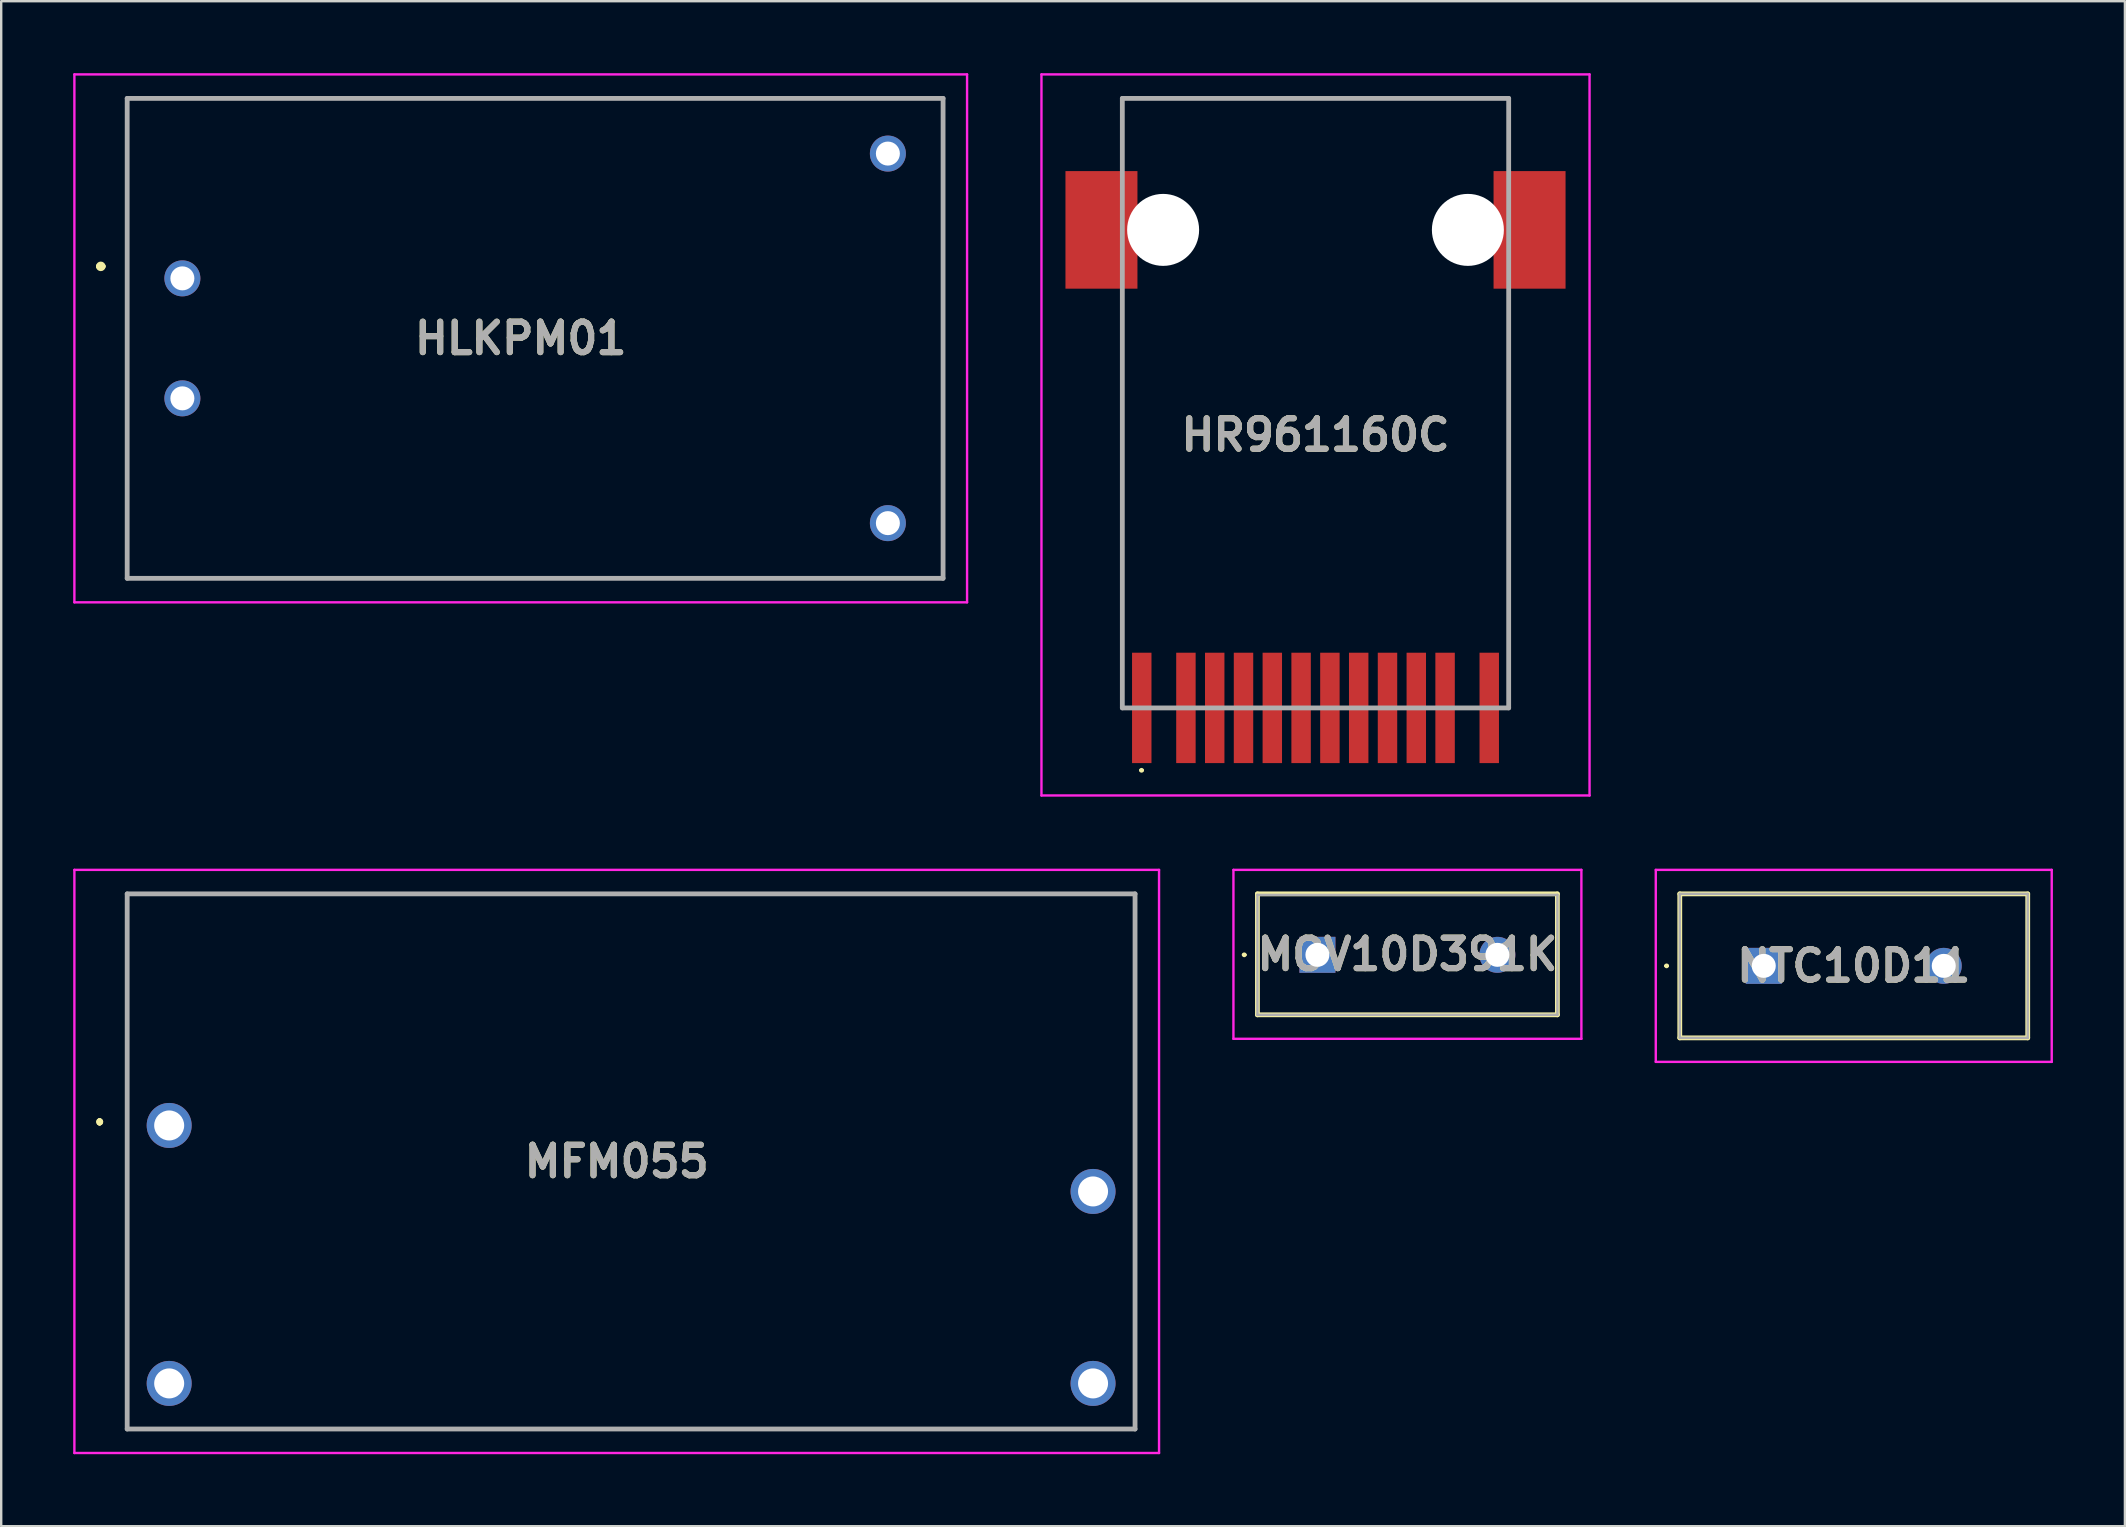
<source format=kicad_pcb>
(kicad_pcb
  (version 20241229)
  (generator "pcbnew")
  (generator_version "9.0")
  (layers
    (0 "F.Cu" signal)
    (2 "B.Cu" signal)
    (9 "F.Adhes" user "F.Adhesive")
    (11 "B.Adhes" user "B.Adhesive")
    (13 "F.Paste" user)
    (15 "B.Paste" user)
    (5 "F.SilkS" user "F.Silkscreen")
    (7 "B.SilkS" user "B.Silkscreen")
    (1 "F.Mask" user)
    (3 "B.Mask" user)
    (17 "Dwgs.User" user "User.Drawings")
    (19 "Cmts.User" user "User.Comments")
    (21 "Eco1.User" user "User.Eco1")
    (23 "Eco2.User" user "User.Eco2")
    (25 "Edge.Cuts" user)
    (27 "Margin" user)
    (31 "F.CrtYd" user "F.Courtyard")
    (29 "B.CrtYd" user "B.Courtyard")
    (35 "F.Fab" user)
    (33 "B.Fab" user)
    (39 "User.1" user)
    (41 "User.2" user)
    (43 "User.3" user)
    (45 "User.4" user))
  (footprint "HR961160C"
    (layer "F.Cu")
    (at 51.77 15.075)
    (property "Reference" "HR961160C" (at 0 0 0) (layer "F.SilkS") (effects (font (size 1.27 1.27) (thickness 0.254))))
    (attr through_hole)
    (fp_line (start -8.05 -14.025) (end 8 -14.025) (stroke (width 0.1) (type solid)) (layer "F.SilkS"))
    (fp_line (start -8.05 -11.625) (end -8.05 -14.025) (stroke (width 0.1) (type solid)) (layer "F.SilkS"))
    (fp_line (start -8.05 -5.625) (end -8.05 11.375) (stroke (width 0.1) (type solid)) (layer "F.SilkS"))
    (fp_line (start -8.05 11.375) (end -8.05 11.375) (stroke (width 0.1) (type solid)) (layer "F.SilkS"))
    (fp_line (start -7.3 13.975) (end -7.3 13.975) (stroke (width 0.1) (type solid)) (layer "F.SilkS"))
    (fp_line (start -7.2 13.975) (end -7.2 13.975) (stroke (width 0.1) (type solid)) (layer "F.SilkS"))
    (fp_line (start 8 -14.025) (end 8.05 -14.025) (stroke (width 0.1) (type solid)) (layer "F.SilkS"))
    (fp_line (start 8.05 -14.025) (end 8.05 -11.625) (stroke (width 0.1) (type solid)) (layer "F.SilkS"))
    (fp_line (start 8.05 11.375) (end 8.05 -5.625) (stroke (width 0.1) (type solid)) (layer "F.SilkS"))
    (fp_arc (start -7.3 13.975) (mid -7.25 13.925) (end -7.2 13.975) (stroke (width 0.1) (type solid)) (layer "F.SilkS"))
    (fp_arc (start -7.2 13.975) (mid -7.25 14.025) (end -7.3 13.975) (stroke (width 0.1) (type solid)) (layer "F.SilkS"))
    (fp_line (start -11.42 -15.025) (end 11.42 -15.025) (stroke (width 0.1) (type solid)) (layer "F.CrtYd"))
    (fp_line (start -11.42 15.025) (end -11.42 -15.025) (stroke (width 0.1) (type solid)) (layer "F.CrtYd"))
    (fp_line (start 11.42 -15.025) (end 11.42 15.025) (stroke (width 0.1) (type solid)) (layer "F.CrtYd"))
    (fp_line (start 11.42 15.025) (end -11.42 15.025) (stroke (width 0.1) (type solid)) (layer "F.CrtYd"))
    (fp_line (start -8.05 -14.025) (end 8.05 -14.025) (stroke (width 0.2) (type solid)) (layer "F.Fab"))
    (fp_line (start -8.05 11.375) (end -8.05 -14.025) (stroke (width 0.2) (type solid)) (layer "F.Fab"))
    (fp_line (start 8.05 -14.025) (end 8.05 11.375) (stroke (width 0.2) (type solid)) (layer "F.Fab"))
    (fp_line (start 8.05 11.375) (end -8.05 11.375) (stroke (width 0.2) (type solid)) (layer "F.Fab"))
    (fp_text user "${REFERENCE}" (at 0 0 0) (layer "F.Fab") (effects (font (size 1.27 1.27) (thickness 0.254))))
    (pad "" np_thru_hole circle (at -6.35 -8.545) (size 3 3) (drill 3) (layers "*.Cu" "*.Mask"))
    (pad "" np_thru_hole circle (at 6.35 -8.545) (size 3 3) (drill 3) (layers "*.Cu" "*.Mask"))
    (pad "1" smd rect (at -7.24 11.375) (size 0.81 4.6) (layers "F.Cu" "F.Mask" "F.Paste"))
    (pad "2" smd rect (at -5.4 11.375) (size 0.81 4.6) (layers "F.Cu" "F.Mask" "F.Paste"))
    (pad "3" smd rect (at -4.2 11.375) (size 0.81 4.6) (layers "F.Cu" "F.Mask" "F.Paste"))
    (pad "4" smd rect (at -3 11.375) (size 0.81 4.6) (layers "F.Cu" "F.Mask" "F.Paste"))
    (pad "5" smd rect (at -1.8 11.375) (size 0.81 4.6) (layers "F.Cu" "F.Mask" "F.Paste"))
    (pad "6" smd rect (at -0.6 11.375) (size 0.81 4.6) (layers "F.Cu" "F.Mask" "F.Paste"))
    (pad "7" smd rect (at 0.6 11.375) (size 0.81 4.6) (layers "F.Cu" "F.Mask" "F.Paste"))
    (pad "8" smd rect (at 1.8 11.375) (size 0.81 4.6) (layers "F.Cu" "F.Mask" "F.Paste"))
    (pad "9" smd rect (at 3 11.375) (size 0.81 4.6) (layers "F.Cu" "F.Mask" "F.Paste"))
    (pad "10" smd rect (at 4.2 11.375) (size 0.81 4.6) (layers "F.Cu" "F.Mask" "F.Paste"))
    (pad "11" smd rect (at 5.4 11.375) (size 0.81 4.6) (layers "F.Cu" "F.Mask" "F.Paste"))
    (pad "12" smd rect (at 7.24 11.375) (size 0.81 4.6) (layers "F.Cu" "F.Mask" "F.Paste"))
    (pad "13" smd rect (at -8.92 -8.545) (size 3 4.9) (layers "F.Cu" "F.Mask" "F.Paste"))
    (pad "14" smd rect (at 8.92 -8.545) (size 3 4.9) (layers "F.Cu" "F.Mask" "F.Paste")))
  (footprint "HLKPM01"
    (layer "F.Cu")
    (at 4.55 8.55)
    (property "Reference" "HLKPM01" (at 14.1 2.5 0) (layer "F.SilkS") (effects (font (size 1.27 1.27) (thickness 0.254))))
    (attr through_hole)
    (fp_line (start -3.5 -0.5) (end -3.5 -0.5) (stroke (width 0.2) (type solid)) (layer "F.SilkS"))
    (fp_line (start -3.3 -0.5) (end -3.3 -0.5) (stroke (width 0.2) (type solid)) (layer "F.SilkS"))
    (fp_line (start -2.3 -7.5) (end 31.7 -7.5) (stroke (width 0.1) (type solid)) (layer "F.SilkS"))
    (fp_line (start -2.3 12.5) (end -2.3 -7.5) (stroke (width 0.1) (type solid)) (layer "F.SilkS"))
    (fp_line (start 31.7 -7.5) (end 31.7 12.5) (stroke (width 0.1) (type solid)) (layer "F.SilkS"))
    (fp_line (start 31.7 12.5) (end -2.3 12.5) (stroke (width 0.1) (type solid)) (layer "F.SilkS"))
    (fp_arc (start -3.5 -0.5) (mid -3.4 -0.6) (end -3.3 -0.5) (stroke (width 0.2) (type solid)) (layer "F.SilkS"))
    (fp_arc (start -3.3 -0.5) (mid -3.4 -0.4) (end -3.5 -0.5) (stroke (width 0.2) (type solid)) (layer "F.SilkS"))
    (fp_line (start -4.5 -8.5) (end 32.7 -8.5) (stroke (width 0.1) (type solid)) (layer "F.CrtYd"))
    (fp_line (start -4.5 13.5) (end -4.5 -8.5) (stroke (width 0.1) (type solid)) (layer "F.CrtYd"))
    (fp_line (start 32.7 -8.5) (end 32.7 13.5) (stroke (width 0.1) (type solid)) (layer "F.CrtYd"))
    (fp_line (start 32.7 13.5) (end -4.5 13.5) (stroke (width 0.1) (type solid)) (layer "F.CrtYd"))
    (fp_line (start -2.3 -7.5) (end 31.7 -7.5) (stroke (width 0.2) (type solid)) (layer "F.Fab"))
    (fp_line (start -2.3 12.5) (end -2.3 -7.5) (stroke (width 0.2) (type solid)) (layer "F.Fab"))
    (fp_line (start 31.7 -7.5) (end 31.7 12.5) (stroke (width 0.2) (type solid)) (layer "F.Fab"))
    (fp_line (start 31.7 12.5) (end -2.3 12.5) (stroke (width 0.2) (type solid)) (layer "F.Fab"))
    (fp_text user "${REFERENCE}" (at 14.1 2.5 0) (layer "F.Fab") (effects (font (size 1.27 1.27) (thickness 0.254))))
    (pad "1" thru_hole circle (at 0 0) (size 1.5 1.5) (drill 1) (layers "*.Cu" "*.Mask"))
    (pad "2" thru_hole circle (at 0 5) (size 1.5 1.5) (drill 1) (layers "*.Cu" "*.Mask"))
    (pad "3" thru_hole circle (at 29.4 -5.2) (size 1.5 1.5) (drill 1) (layers "*.Cu" "*.Mask"))
    (pad "4" thru_hole circle (at 29.4 10.2) (size 1.5 1.5) (drill 1) (layers "*.Cu" "*.Mask")))
  (footprint "MOV10D391K"
    (layer "F.Cu")
    (at 51.85 36.74)
    (property "Reference" "MOV10D391K" (at 3.75 -0.02 0) (layer "F.SilkS") (effects (font (size 1.27 1.27) (thickness 0.254))))
    (attr through_hole)
    (fp_line (start -3.1 0) (end -3.1 0) (stroke (width 0.1) (type solid)) (layer "F.SilkS"))
    (fp_line (start -3 0) (end -3 0) (stroke (width 0.1) (type solid)) (layer "F.SilkS"))
    (fp_line (start -2.5 -2.54) (end 10 -2.54) (stroke (width 0.2) (type solid)) (layer "F.SilkS"))
    (fp_line (start -2.5 2.5) (end -2.5 -2.54) (stroke (width 0.2) (type solid)) (layer "F.SilkS"))
    (fp_line (start 10 -2.54) (end 10 2.5) (stroke (width 0.2) (type solid)) (layer "F.SilkS"))
    (fp_line (start 10 2.5) (end -2.5 2.5) (stroke (width 0.2) (type solid)) (layer "F.SilkS"))
    (fp_arc (start -3.1 0) (mid -3.05 -0.05) (end -3 0) (stroke (width 0.1) (type solid)) (layer "F.SilkS"))
    (fp_arc (start -3 0) (mid -3.05 0.05) (end -3.1 0) (stroke (width 0.1) (type solid)) (layer "F.SilkS"))
    (fp_line (start -3.5 -3.54) (end 11 -3.54) (stroke (width 0.1) (type solid)) (layer "F.CrtYd"))
    (fp_line (start -3.5 3.5) (end -3.5 -3.54) (stroke (width 0.1) (type solid)) (layer "F.CrtYd"))
    (fp_line (start 11 -3.54) (end 11 3.5) (stroke (width 0.1) (type solid)) (layer "F.CrtYd"))
    (fp_line (start 11 3.5) (end -3.5 3.5) (stroke (width 0.1) (type solid)) (layer "F.CrtYd"))
    (fp_line (start -2.5 -2.5) (end 10 -2.5) (stroke (width 0.1) (type solid)) (layer "F.Fab"))
    (fp_line (start -2.5 2.5) (end -2.5 -2.5) (stroke (width 0.1) (type solid)) (layer "F.Fab"))
    (fp_line (start 10 -2.5) (end 10 2.5) (stroke (width 0.1) (type solid)) (layer "F.Fab"))
    (fp_line (start 10 2.5) (end -2.5 2.5) (stroke (width 0.1) (type solid)) (layer "F.Fab"))
    (fp_text user "${REFERENCE}" (at 3.75 -0.02 0) (layer "F.Fab") (effects (font (size 1.27 1.27) (thickness 0.254))))
    (pad "1" thru_hole rect (at 0 0) (size 1.5 1.5) (drill 1) (layers "*.Cu" "*.Mask"))
    (pad "2" thru_hole circle (at 7.5 0) (size 1.5 1.5) (drill 1) (layers "*.Cu" "*.Mask")))
  (footprint "MFM055"
    (layer "F.Cu")
    (at 4 43.85)
    (property "Reference" "MFM055" (at 18.65 1.5 0) (layer "F.SilkS") (effects (font (size 1.27 1.27) (thickness 0.254))))
    (attr through_hole)
    (fp_line (start -2.9 -0.2) (end -2.9 -0.2) (stroke (width 0.2) (type solid)) (layer "F.SilkS"))
    (fp_line (start -2.9 -0.1) (end -2.9 -0.1) (stroke (width 0.2) (type solid)) (layer "F.SilkS"))
    (fp_line (start -2.9 -0.1) (end -2.9 -0.1) (stroke (width 0.2) (type solid)) (layer "F.SilkS"))
    (fp_line (start -1.75 -9.65) (end 40.25 -9.65) (stroke (width 0.1) (type solid)) (layer "F.SilkS"))
    (fp_line (start -1.75 12.65) (end -1.75 -9.65) (stroke (width 0.1) (type solid)) (layer "F.SilkS"))
    (fp_line (start 40.25 -9.65) (end 40.25 12.65) (stroke (width 0.1) (type solid)) (layer "F.SilkS"))
    (fp_line (start 40.25 12.65) (end -1.75 12.65) (stroke (width 0.1) (type solid)) (layer "F.SilkS"))
    (fp_arc (start -2.9 -0.2) (mid -2.85 -0.15) (end -2.9 -0.1) (stroke (width 0.2) (type solid)) (layer "F.SilkS"))
    (fp_arc (start -2.9 -0.2) (mid -2.85 -0.15) (end -2.9 -0.1) (stroke (width 0.2) (type solid)) (layer "F.SilkS"))
    (fp_arc (start -2.9 -0.1) (mid -2.95 -0.15) (end -2.9 -0.2) (stroke (width 0.2) (type solid)) (layer "F.SilkS"))
    (fp_line (start -3.95 -10.65) (end 41.25 -10.65) (stroke (width 0.1) (type solid)) (layer "F.CrtYd"))
    (fp_line (start -3.95 13.65) (end -3.95 -10.65) (stroke (width 0.1) (type solid)) (layer "F.CrtYd"))
    (fp_line (start 41.25 -10.65) (end 41.25 13.65) (stroke (width 0.1) (type solid)) (layer "F.CrtYd"))
    (fp_line (start 41.25 13.65) (end -3.95 13.65) (stroke (width 0.1) (type solid)) (layer "F.CrtYd"))
    (fp_line (start -1.75 -9.65) (end -1.75 12.65) (stroke (width 0.2) (type solid)) (layer "F.Fab"))
    (fp_line (start -1.75 12.65) (end 40.25 12.65) (stroke (width 0.2) (type solid)) (layer "F.Fab"))
    (fp_line (start 40.25 -9.65) (end -1.75 -9.65) (stroke (width 0.2) (type solid)) (layer "F.Fab"))
    (fp_line (start 40.25 12.65) (end 40.25 -9.65) (stroke (width 0.2) (type solid)) (layer "F.Fab"))
    (fp_text user "${REFERENCE}" (at 18.65 1.5 0) (layer "F.Fab") (effects (font (size 1.27 1.27) (thickness 0.254))))
    (pad "1" thru_hole circle (at 0 0) (size 1.875 1.875) (drill 1.25) (layers "*.Cu" "*.Mask"))
    (pad "2" thru_hole circle (at 0 10.75) (size 1.875 1.875) (drill 1.25) (layers "*.Cu" "*.Mask"))
    (pad "3" thru_hole circle (at 38.5 10.75) (size 1.875 1.875) (drill 1.25) (layers "*.Cu" "*.Mask"))
    (pad "4" thru_hole circle (at 38.5 2.75) (size 1.875 1.875) (drill 1.25) (layers "*.Cu" "*.Mask")))
  (footprint "NTC10D11"
    (layer "F.Cu")
    (at 70.45 37.2)
    (property "Reference" "NTC10D11" (at 3.75 0 0) (layer "F.SilkS") (effects (font (size 1.27 1.27) (thickness 0.254))))
    (attr through_hole)
    (fp_line (start -4.1 0) (end -4.1 0) (stroke (width 0.1) (type solid)) (layer "F.SilkS"))
    (fp_line (start -4 0) (end -4 0) (stroke (width 0.1) (type solid)) (layer "F.SilkS"))
    (fp_line (start -3.5 -3) (end 11 -3) (stroke (width 0.2) (type solid)) (layer "F.SilkS"))
    (fp_line (start -3.5 3) (end -3.5 -3) (stroke (width 0.2) (type solid)) (layer "F.SilkS"))
    (fp_line (start 11 -3) (end 11 3) (stroke (width 0.2) (type solid)) (layer "F.SilkS"))
    (fp_line (start 11 3) (end -3.5 3) (stroke (width 0.2) (type solid)) (layer "F.SilkS"))
    (fp_arc (start -4.1 0) (mid -4.05 -0.05) (end -4 0) (stroke (width 0.1) (type solid)) (layer "F.SilkS"))
    (fp_arc (start -4 0) (mid -4.05 0.05) (end -4.1 0) (stroke (width 0.1) (type solid)) (layer "F.SilkS"))
    (fp_line (start -4.5 -4) (end 12 -4) (stroke (width 0.1) (type solid)) (layer "F.CrtYd"))
    (fp_line (start -4.5 4) (end -4.5 -4) (stroke (width 0.1) (type solid)) (layer "F.CrtYd"))
    (fp_line (start 12 -4) (end 12 4) (stroke (width 0.1) (type solid)) (layer "F.CrtYd"))
    (fp_line (start 12 4) (end -4.5 4) (stroke (width 0.1) (type solid)) (layer "F.CrtYd"))
    (fp_line (start -3.5 -3) (end 11 -3) (stroke (width 0.1) (type solid)) (layer "F.Fab"))
    (fp_line (start -3.5 3) (end -3.5 -3) (stroke (width 0.1) (type solid)) (layer "F.Fab"))
    (fp_line (start 11 -3) (end 11 3) (stroke (width 0.1) (type solid)) (layer "F.Fab"))
    (fp_line (start 11 3) (end -3.5 3) (stroke (width 0.1) (type solid)) (layer "F.Fab"))
    (fp_text user "${REFERENCE}" (at 3.75 0 0) (layer "F.Fab") (effects (font (size 1.27 1.27) (thickness 0.254))))
    (pad "1" thru_hole rect (at 0 0) (size 1.5 1.5) (drill 1) (layers "*.Cu" "*.Mask"))
    (pad "2" thru_hole circle (at 7.5 0) (size 1.5 1.5) (drill 1) (layers "*.Cu" "*.Mask")))
  (gr_rect
    (start -3 -3)
    (end 85.5 60.55)
    (stroke (width 0.1) (type default))
    (fill no)
    (layer "Edge.Cuts")))
</source>
